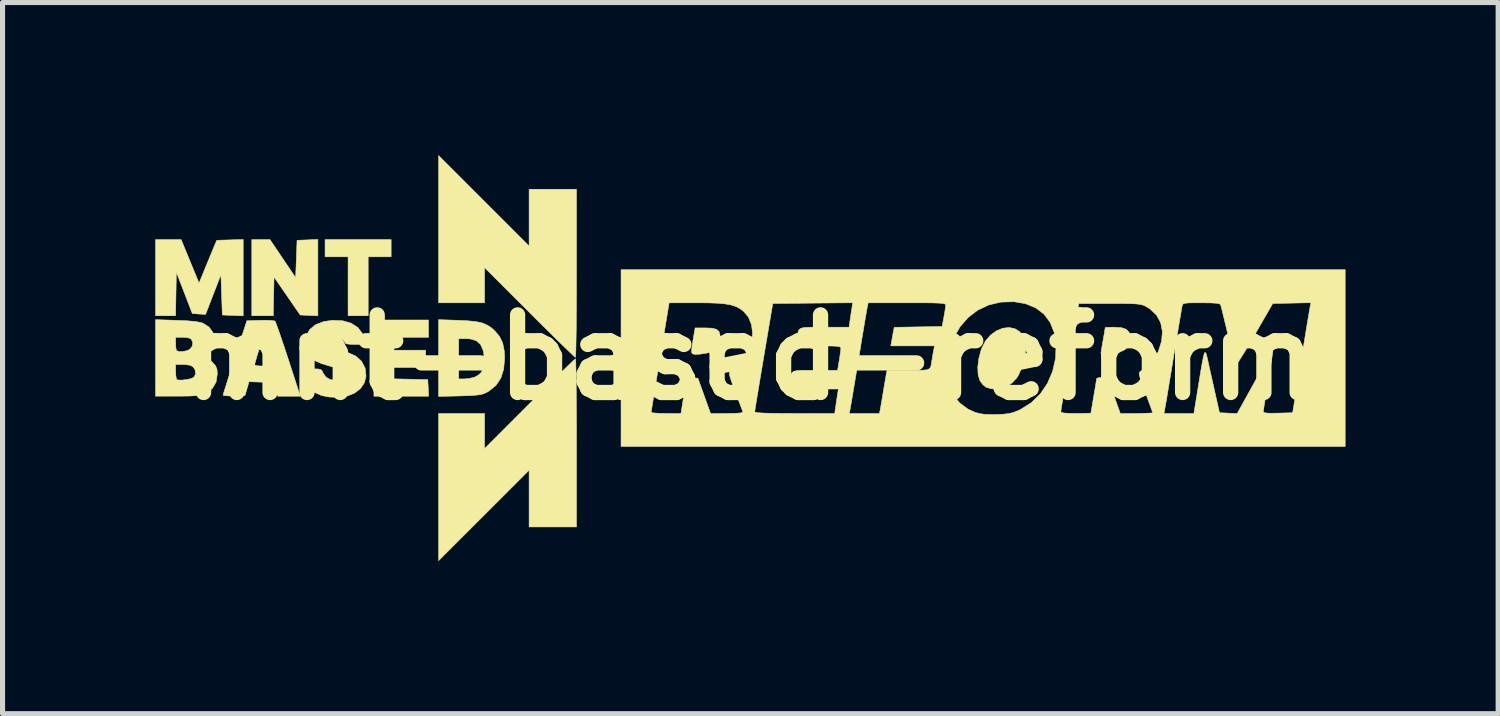
<source format=kicad_pcb>
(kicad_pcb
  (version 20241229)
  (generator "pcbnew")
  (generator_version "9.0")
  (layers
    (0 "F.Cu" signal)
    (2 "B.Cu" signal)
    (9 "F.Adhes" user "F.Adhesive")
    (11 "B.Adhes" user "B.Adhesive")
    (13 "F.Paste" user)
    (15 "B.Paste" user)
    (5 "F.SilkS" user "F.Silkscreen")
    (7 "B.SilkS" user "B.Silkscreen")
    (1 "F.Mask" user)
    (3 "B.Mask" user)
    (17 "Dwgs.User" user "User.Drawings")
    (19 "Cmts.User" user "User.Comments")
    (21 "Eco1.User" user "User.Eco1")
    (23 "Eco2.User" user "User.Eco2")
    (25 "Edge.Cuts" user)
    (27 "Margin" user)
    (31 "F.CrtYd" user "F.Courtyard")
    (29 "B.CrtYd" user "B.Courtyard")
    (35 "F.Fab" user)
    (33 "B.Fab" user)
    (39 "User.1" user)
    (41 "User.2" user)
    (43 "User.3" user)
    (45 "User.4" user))
  (footprint "mnt-based-reform"
    (layer "F.Cu")
    (at 11.689 3.97)
    (property "Reference" "mnt-based-reform" (at 0 0 0) (layer "F.SilkS") (effects (font (size 1.524 1.524) (thickness 0.3))))
    (attr through_hole)
    (fp_poly (pts (xy -7.056 -1.976) (xy -7.507 -1.976) (xy -7.507 -0.818) (xy -7.902 -0.818) (xy -7.902 -1.976) (xy -8.354 -1.976) (xy -8.354 -2.314) (xy -7.056 -2.314) (xy -7.056 -1.976)) (stroke (width 0.01) (type solid)) (fill yes) (layer "F.SilkS"))
    (fp_poly (pts (xy -6.322 -0.395) (xy -6.999 -0.395) (xy -6.999 -0.141) (xy -6.378 -0.141) (xy -6.378 0.198) (xy -6.999 0.198) (xy -6.999 0.422) (xy -6.668 0.429) (xy -6.336 0.437) (xy -6.319 0.762) (xy -7.394 0.762) (xy -7.394 -0.734) (xy -6.322 -0.734) (xy -6.322 -0.395)) (stroke (width 0.01) (type solid)) (fill yes) (layer "F.SilkS"))
    (fp_poly (pts (xy -8.495 -0.816) (xy -8.669 -0.824) (xy -8.842 -0.833) (xy -9.099 -1.205) (xy -9.356 -1.578) (xy -9.364 -1.198) (xy -9.371 -0.818) (xy -9.793 -0.818) (xy -9.793 -2.314) (xy -9.436 -2.314) (xy -9.184 -1.94) (xy -8.932 -1.566) (xy -8.918 -1.933) (xy -8.904 -2.3) (xy -8.7 -2.308) (xy -8.495 -2.317) (xy -8.495 -0.816)) (stroke (width 0.01) (type solid)) (fill yes) (layer "F.SilkS"))
    (fp_poly (pts (xy -0.752 -0.573) (xy -0.666 -0.552) (xy -0.617 -0.51) (xy -0.596 -0.439) (xy -0.593 -0.379) (xy -0.614 -0.251) (xy -0.679 -0.159) (xy -0.789 -0.1) (xy -0.862 -0.083) (xy -0.995 -0.063) (xy -1.082 -0.058) (xy -1.132 -0.068) (xy -1.153 -0.094) (xy -1.155 -0.12) (xy -1.15 -0.179) (xy -1.137 -0.274) (xy -1.119 -0.381) (xy -1.085 -0.579) (xy -0.885 -0.579) (xy -0.752 -0.573)) (stroke (width 0.01) (type solid)) (fill yes) (layer "F.SilkS"))
    (fp_poly (pts (xy 7.293 -0.583) (xy 7.388 -0.549) (xy 7.442 -0.488) (xy 7.461 -0.395) (xy 7.461 -0.367) (xy 7.434 -0.244) (xy 7.361 -0.154) (xy 7.243 -0.097) (xy 7.178 -0.082) (xy 7.043 -0.064) (xy 6.946 -0.059) (xy 6.894 -0.068) (xy 6.886 -0.078) (xy 6.891 -0.113) (xy 6.903 -0.19) (xy 6.921 -0.295) (xy 6.929 -0.339) (xy 6.948 -0.447) (xy 6.962 -0.532) (xy 6.97 -0.58) (xy 6.971 -0.586) (xy 6.997 -0.589) (xy 7.064 -0.592) (xy 7.151 -0.593) (xy 7.293 -0.583)) (stroke (width 0.01) (type solid)) (fill yes) (layer "F.SilkS"))
    (fp_poly (pts (xy -3.432 0.056) (xy -3.428 0.135) (xy -3.425 0.26) (xy -3.422 0.427) (xy -3.42 0.631) (xy -3.418 0.866) (xy -3.416 1.129) (xy -3.415 1.413) (xy -3.415 1.679) (xy -3.415 3.33) (xy -4.346 3.33) (xy -4.346 2.216) (xy -6.124 3.993) (xy -6.124 1.101) (xy -5.221 1.101) (xy -5.221 1.792) (xy -4.339 0.91) (xy -4.155 0.727) (xy -3.983 0.556) (xy -3.827 0.402) (xy -3.692 0.27) (xy -3.581 0.162) (xy -3.499 0.084) (xy -3.449 0.038) (xy -3.436 0.028) (xy -3.432 0.056)) (stroke (width 0.01) (type solid)) (fill yes) (layer "F.SilkS"))
    (fp_poly (pts (xy -9.962 -0.816) (xy -10.372 -0.833) (xy -10.4 -1.623) (xy -10.551 -1.233) (xy -10.702 -0.844) (xy -10.832 -0.852) (xy -10.962 -0.861) (xy -11.118 -1.268) (xy -11.275 -1.674) (xy -11.29 -0.818) (xy -11.684 -0.818) (xy -11.684 -2.314) (xy -11.181 -2.314) (xy -11.094 -2.103) (xy -11.037 -1.964) (xy -10.973 -1.808) (xy -10.918 -1.675) (xy -10.829 -1.46) (xy -10.72 -1.725) (xy -10.665 -1.859) (xy -10.61 -1.993) (xy -10.563 -2.106) (xy -10.547 -2.145) (xy -10.482 -2.3) (xy -10.222 -2.308) (xy -9.962 -2.316) (xy -9.962 -0.816)) (stroke (width 0.01) (type solid)) (fill yes) (layer "F.SilkS"))
    (fp_poly (pts (xy -5.235 -3.076) (xy -4.346 -2.188) (xy -4.346 -3.302) (xy -3.415 -3.302) (xy -3.415 -1.651) (xy -3.415 -1.352) (xy -3.416 -1.07) (xy -3.418 -0.81) (xy -3.42 -0.578) (xy -3.423 -0.378) (xy -3.426 -0.215) (xy -3.429 -0.095) (xy -3.433 -0.022) (xy -3.436 0) (xy -3.46 -0.019) (xy -3.519 -0.075) (xy -3.61 -0.162) (xy -3.729 -0.277) (xy -3.87 -0.416) (xy -4.031 -0.575) (xy -4.207 -0.75) (xy -4.339 -0.882) (xy -5.221 -1.764) (xy -5.221 -1.072) (xy -6.124 -1.072) (xy -6.124 -3.965) (xy -5.235 -3.076)) (stroke (width 0.01) (type solid)) (fill yes) (layer "F.SilkS"))
    (fp_poly (pts (xy 5.195 -0.564) (xy 5.293 -0.503) (xy 5.366 -0.402) (xy 5.393 -0.33) (xy 5.41 -0.179) (xy 5.392 -0.004) (xy 5.343 0.177) (xy 5.267 0.347) (xy 5.232 0.404) (xy 5.136 0.505) (xy 5.009 0.578) (xy 4.868 0.616) (xy 4.728 0.616) (xy 4.628 0.585) (xy 4.568 0.536) (xy 4.513 0.463) (xy 4.507 0.451) (xy 4.474 0.34) (xy 4.467 0.194) (xy 4.486 0.029) (xy 4.531 -0.14) (xy 4.543 -0.174) (xy 4.618 -0.322) (xy 4.718 -0.438) (xy 4.834 -0.522) (xy 4.957 -0.572) (xy 5.08 -0.587) (xy 5.195 -0.564)) (stroke (width 0.01) (type solid)) (fill yes) (layer "F.SilkS"))
    (fp_poly (pts (xy -5.736 -0.728) (xy -5.539 -0.718) (xy -5.386 -0.702) (xy -5.268 -0.676) (xy -5.173 -0.637) (xy -5.09 -0.583) (xy -5.027 -0.528) (xy -4.928 -0.413) (xy -4.865 -0.284) (xy -4.834 -0.128) (xy -4.827 0.014) (xy -4.845 0.23) (xy -4.901 0.407) (xy -4.996 0.549) (xy -5.134 0.661) (xy -5.179 0.687) (xy -5.231 0.711) (xy -5.29 0.728) (xy -5.366 0.74) (xy -5.471 0.749) (xy -5.616 0.754) (xy -5.708 0.757) (xy -6.124 0.767) (xy -6.124 -0.367) (xy -5.729 -0.367) (xy -5.729 0.423) (xy -5.615 0.423) (xy -5.513 0.413) (xy -5.414 0.387) (xy -5.406 0.383) (xy -5.333 0.341) (xy -5.282 0.291) (xy -5.279 0.286) (xy -5.244 0.179) (xy -5.229 0.047) (xy -5.237 -0.086) (xy -5.247 -0.133) (xy -5.299 -0.252) (xy -5.382 -0.327) (xy -5.502 -0.363) (xy -5.578 -0.367) (xy -5.729 -0.367) (xy -6.124 -0.367) (xy -6.124 -0.741) (xy -5.736 -0.728)) (stroke (width 0.01) (type solid)) (fill yes) (layer "F.SilkS"))
    (fp_poly (pts (xy -9.411 -0.725) (xy -9.35 -0.717) (xy -9.336 -0.712) (xy -9.321 -0.679) (xy -9.292 -0.6) (xy -9.25 -0.482) (xy -9.199 -0.332) (xy -9.14 -0.157) (xy -9.077 0.035) (xy -9.076 0.037) (xy -8.841 0.762) (xy -9.282 0.762) (xy -9.32 0.628) (xy -9.357 0.494) (xy -9.602 0.486) (xy -9.847 0.478) (xy -9.887 0.613) (xy -9.926 0.748) (xy -10.142 0.756) (xy -10.244 0.757) (xy -10.32 0.753) (xy -10.356 0.744) (xy -10.357 0.742) (xy -10.349 0.71) (xy -10.325 0.632) (xy -10.288 0.515) (xy -10.241 0.365) (xy -10.185 0.191) (xy -10.171 0.147) (xy -9.737 0.147) (xy -9.711 0.16) (xy -9.647 0.168) (xy -9.598 0.169) (xy -9.459 0.169) (xy -9.527 -0.049) (xy -9.559 -0.155) (xy -9.583 -0.24) (xy -9.596 -0.291) (xy -9.597 -0.296) (xy -9.605 -0.284) (xy -9.625 -0.232) (xy -9.651 -0.153) (xy -9.68 -0.063) (xy -9.706 0.026) (xy -9.727 0.1) (xy -9.736 0.143) (xy -9.737 0.147) (xy -10.171 0.147) (xy -10.123 0) (xy -9.89 -0.72) (xy -9.625 -0.728) (xy -9.507 -0.729) (xy -9.411 -0.725)) (stroke (width 0.01) (type solid)) (fill yes) (layer "F.SilkS"))
    (fp_poly (pts (xy -11.268 -0.728) (xy -11.062 -0.719) (xy -10.907 -0.705) (xy -10.8 -0.687) (xy -10.75 -0.671) (xy -10.634 -0.596) (xy -10.559 -0.495) (xy -10.527 -0.381) (xy -10.536 -0.265) (xy -10.587 -0.157) (xy -10.681 -0.069) (xy -10.736 -0.04) (xy -10.823 -0.002) (xy -10.743 -0.001) (xy -10.653 0.027) (xy -10.566 0.096) (xy -10.505 0.166) (xy -10.477 0.232) (xy -10.471 0.324) (xy -10.471 0.329) (xy -10.494 0.483) (xy -10.564 0.605) (xy -10.679 0.694) (xy -10.704 0.707) (xy -10.76 0.728) (xy -10.824 0.743) (xy -10.906 0.753) (xy -11.019 0.759) (xy -11.172 0.761) (xy -11.254 0.761) (xy -11.684 0.762) (xy -11.684 0.141) (xy -11.289 0.141) (xy -11.289 0.278) (xy -11.285 0.362) (xy -11.274 0.421) (xy -11.268 0.436) (xy -11.226 0.446) (xy -11.152 0.445) (xy -11.064 0.434) (xy -10.984 0.416) (xy -10.934 0.393) (xy -10.933 0.393) (xy -10.898 0.331) (xy -10.904 0.253) (xy -10.94 0.193) (xy -10.993 0.158) (xy -11.078 0.143) (xy -11.138 0.141) (xy -11.289 0.141) (xy -11.684 0.141) (xy -11.684 -0.395) (xy -11.289 -0.395) (xy -11.289 -0.273) (xy -11.285 -0.194) (xy -11.275 -0.14) (xy -11.27 -0.132) (xy -11.22 -0.114) (xy -11.143 -0.116) (xy -11.062 -0.133) (xy -11.013 -0.157) (xy -10.963 -0.219) (xy -10.953 -0.295) (xy -10.984 -0.361) (xy -11.031 -0.381) (xy -11.111 -0.394) (xy -11.153 -0.395) (xy -11.289 -0.395) (xy -11.684 -0.395) (xy -11.684 -0.741) (xy -11.268 -0.728)) (stroke (width 0.01) (type solid)) (fill yes) (layer "F.SilkS"))
    (fp_poly (pts (xy -8.01 -0.72) (xy -7.842 -0.672) (xy -7.709 -0.586) (xy -7.617 -0.464) (xy -7.602 -0.433) (xy -7.57 -0.346) (xy -7.566 -0.293) (xy -7.599 -0.265) (xy -7.675 -0.255) (xy -7.761 -0.254) (xy -7.858 -0.257) (xy -7.929 -0.266) (xy -7.959 -0.279) (xy -7.959 -0.28) (xy -7.984 -0.333) (xy -8.049 -0.375) (xy -8.135 -0.394) (xy -8.151 -0.395) (xy -8.254 -0.384) (xy -8.309 -0.351) (xy -8.322 -0.291) (xy -8.321 -0.279) (xy -8.301 -0.231) (xy -8.25 -0.198) (xy -8.184 -0.175) (xy -8.078 -0.145) (xy -7.957 -0.11) (xy -7.911 -0.097) (xy -7.754 -0.028) (xy -7.639 0.074) (xy -7.57 0.205) (xy -7.565 0.221) (xy -7.549 0.37) (xy -7.583 0.502) (xy -7.659 0.613) (xy -7.772 0.7) (xy -7.917 0.759) (xy -8.088 0.786) (xy -8.278 0.778) (xy -8.423 0.749) (xy -8.571 0.683) (xy -8.654 0.612) (xy -8.712 0.533) (xy -8.759 0.439) (xy -8.79 0.348) (xy -8.798 0.276) (xy -8.791 0.253) (xy -8.756 0.239) (xy -8.681 0.229) (xy -8.598 0.226) (xy -8.501 0.227) (xy -8.445 0.236) (xy -8.415 0.259) (xy -8.394 0.302) (xy -8.391 0.31) (xy -8.333 0.391) (xy -8.245 0.438) (xy -8.142 0.449) (xy -8.043 0.419) (xy -8.011 0.397) (xy -7.967 0.344) (xy -7.971 0.297) (xy -8.027 0.252) (xy -8.135 0.208) (xy -8.23 0.181) (xy -8.421 0.123) (xy -8.561 0.062) (xy -8.658 -0.007) (xy -8.717 -0.089) (xy -8.745 -0.191) (xy -8.749 -0.265) (xy -8.725 -0.422) (xy -8.655 -0.549) (xy -8.539 -0.643) (xy -8.38 -0.704) (xy -8.208 -0.728) (xy -8.01 -0.72)) (stroke (width 0.01) (type solid)) (fill yes) (layer "F.SilkS"))
    (fp_poly (pts (xy 11.684 1.75) (xy -2.54 1.75) (xy -2.54 1.079) (xy -1.948 1.079) (xy -1.921 1.088) (xy -1.85 1.095) (xy -1.746 1.1) (xy -1.655 1.101) (xy -1.363 1.101) (xy -1.315 0.797) (xy -1.289 0.639) (xy -1.27 0.529) (xy -1.252 0.458) (xy -1.233 0.417) (xy -1.209 0.4) (xy -1.175 0.397) (xy -1.134 0.401) (xy -1.03 0.409) (xy -0.906 0.755) (xy -0.782 1.101) (xy -0.459 1.101) (xy -0.313 1.099) (xy -0.218 1.094) (xy -0.165 1.085) (xy -0.148 1.071) (xy -0.148 1.065) (xy 0.086 1.065) (xy 0.098 1.076) (xy 0.137 1.085) (xy 0.209 1.091) (xy 0.319 1.096) (xy 0.471 1.099) (xy 0.671 1.1) (xy 0.871 1.101) (xy 1.657 1.101) (xy 1.943 1.101) (xy 2.536 1.101) (xy 2.551 1.023) (xy 2.563 0.961) (xy 2.58 0.861) (xy 2.6 0.739) (xy 2.611 0.677) (xy 2.631 0.551) (xy 2.651 0.438) (xy 2.665 0.356) (xy 2.67 0.332) (xy 2.673 0.315) (xy 3.871 0.315) (xy 3.906 0.541) (xy 3.986 0.735) (xy 4.111 0.895) (xy 4.277 1.017) (xy 4.414 1.079) (xy 4.506 1.105) (xy 4.608 1.119) (xy 4.738 1.123) (xy 4.84 1.121) (xy 4.98 1.115) (xy 5.082 1.103) (xy 5.167 1.082) (xy 5.21 1.065) (xy 6.098 1.065) (xy 6.113 1.082) (xy 6.166 1.093) (xy 6.263 1.099) (xy 6.392 1.101) (xy 6.514 1.1) (xy 6.612 1.098) (xy 6.673 1.096) (xy 6.689 1.094) (xy 6.693 1.065) (xy 6.706 0.991) (xy 6.724 0.885) (xy 6.745 0.762) (xy 6.767 0.633) (xy 6.785 0.524) (xy 6.797 0.448) (xy 6.801 0.416) (xy 6.826 0.403) (xy 6.888 0.395) (xy 6.908 0.395) (xy 7.014 0.395) (xy 7.14 0.748) (xy 7.267 1.101) (xy 7.584 1.101) (xy 8.124 1.101) (xy 8.712 1.101) (xy 8.803 0.543) (xy 8.839 0.32) (xy 8.868 0.148) (xy 8.892 0.024) (xy 8.91 -0.055) (xy 8.926 -0.094) (xy 8.94 -0.097) (xy 8.955 -0.067) (xy 8.97 -0.008) (xy 8.988 0.071) (xy 9.013 0.186) (xy 9.047 0.337) (xy 9.085 0.506) (xy 9.122 0.673) (xy 9.126 0.691) (xy 9.215 1.087) (xy 9.388 1.095) (xy 9.562 1.103) (xy 9.907 0.48) (xy 10.001 0.311) (xy 10.086 0.16) (xy 10.159 0.034) (xy 10.215 -0.061) (xy 10.25 -0.119) (xy 10.262 -0.134) (xy 10.26 -0.104) (xy 10.25 -0.028) (xy 10.233 0.088) (xy 10.21 0.234) (xy 10.182 0.402) (xy 10.174 0.453) (xy 10.144 0.628) (xy 10.118 0.786) (xy 10.097 0.916) (xy 10.083 1.011) (xy 10.076 1.062) (xy 10.076 1.066) (xy 10.089 1.083) (xy 10.136 1.093) (xy 10.223 1.097) (xy 10.358 1.095) (xy 10.363 1.095) (xy 10.652 1.087) (xy 10.813 0.101) (xy 10.851 -0.132) (xy 10.887 -0.351) (xy 10.919 -0.548) (xy 10.947 -0.717) (xy 10.97 -0.85) (xy 10.985 -0.941) (xy 10.992 -0.979) (xy 11.01 -1.074) (xy 10.635 -1.066) (xy 10.261 -1.058) (xy 9.908 -0.445) (xy 9.811 -0.279) (xy 9.723 -0.131) (xy 9.647 -0.009) (xy 9.588 0.083) (xy 9.55 0.136) (xy 9.536 0.148) (xy 9.524 0.115) (xy 9.502 0.036) (xy 9.471 -0.081) (xy 9.434 -0.227) (xy 9.394 -0.395) (xy 9.383 -0.437) (xy 9.342 -0.61) (xy 9.305 -0.764) (xy 9.274 -0.892) (xy 9.25 -0.985) (xy 9.237 -1.033) (xy 9.236 -1.037) (xy 9.212 -1.053) (xy 9.15 -1.064) (xy 9.044 -1.07) (xy 8.889 -1.072) (xy 8.859 -1.072) (xy 8.71 -1.072) (xy 8.608 -1.07) (xy 8.544 -1.064) (xy 8.508 -1.053) (xy 8.49 -1.036) (xy 8.482 -1.01) (xy 8.481 -1.009) (xy 8.473 -0.967) (xy 8.458 -0.876) (xy 8.435 -0.743) (xy 8.407 -0.575) (xy 8.374 -0.38) (xy 8.338 -0.164) (xy 8.311 0) (xy 8.274 0.227) (xy 8.238 0.44) (xy 8.207 0.63) (xy 8.18 0.791) (xy 8.159 0.915) (xy 8.144 0.996) (xy 8.139 1.023) (xy 8.124 1.101) (xy 7.584 1.101) (xy 7.711 1.1) (xy 7.813 1.096) (xy 7.881 1.092) (xy 7.902 1.087) (xy 7.893 1.057) (xy 7.867 0.984) (xy 7.828 0.878) (xy 7.78 0.748) (xy 7.758 0.688) (xy 7.702 0.537) (xy 7.664 0.431) (xy 7.644 0.36) (xy 7.637 0.316) (xy 7.644 0.291) (xy 7.661 0.276) (xy 7.664 0.274) (xy 7.771 0.195) (xy 7.879 0.085) (xy 7.97 -0.035) (xy 8.013 -0.115) (xy 8.078 -0.32) (xy 8.093 -0.511) (xy 8.059 -0.683) (xy 7.977 -0.832) (xy 7.848 -0.953) (xy 7.779 -0.996) (xy 7.737 -1.017) (xy 7.694 -1.032) (xy 7.641 -1.043) (xy 7.57 -1.051) (xy 7.473 -1.055) (xy 7.34 -1.057) (xy 7.163 -1.058) (xy 7.057 -1.058) (xy 6.451 -1.058) (xy 6.275 -0.014) (xy 6.236 0.223) (xy 6.199 0.442) (xy 6.166 0.639) (xy 6.139 0.805) (xy 6.118 0.936) (xy 6.104 1.025) (xy 6.098 1.064) (xy 6.098 1.065) (xy 5.21 1.065) (xy 5.254 1.048) (xy 5.308 1.023) (xy 5.517 0.891) (xy 5.695 0.718) (xy 5.836 0.51) (xy 5.937 0.275) (xy 5.995 0.019) (xy 6.005 -0.25) (xy 6.004 -0.254) (xy 5.968 -0.489) (xy 5.888 -0.689) (xy 5.766 -0.851) (xy 5.605 -0.973) (xy 5.405 -1.055) (xy 5.18 -1.093) (xy 4.922 -1.086) (xy 4.683 -1.03) (xy 4.467 -0.928) (xy 4.278 -0.784) (xy 4.12 -0.603) (xy 3.997 -0.389) (xy 3.913 -0.146) (xy 3.872 0.121) (xy 3.871 0.315) (xy 2.673 0.315) (xy 2.686 0.254) (xy 3.105 0.254) (xy 3.269 0.254) (xy 3.386 0.252) (xy 3.464 0.244) (xy 3.512 0.226) (xy 3.539 0.194) (xy 3.553 0.143) (xy 3.564 0.071) (xy 3.569 0.042) (xy 3.584 -0.053) (xy 3.6 -0.139) (xy 3.602 -0.148) (xy 3.617 -0.226) (xy 2.759 -0.226) (xy 2.778 -0.332) (xy 2.794 -0.425) (xy 2.81 -0.51) (xy 2.811 -0.514) (xy 2.826 -0.591) (xy 3.297 -0.599) (xy 3.767 -0.607) (xy 3.801 -0.79) (xy 3.819 -0.893) (xy 3.832 -0.978) (xy 3.837 -1.023) (xy 3.834 -1.038) (xy 3.82 -1.049) (xy 3.789 -1.058) (xy 3.734 -1.064) (xy 3.65 -1.068) (xy 3.53 -1.071) (xy 3.368 -1.072) (xy 3.157 -1.072) (xy 3.077 -1.072) (xy 2.315 -1.072) (xy 2.301 -1.009) (xy 2.293 -0.967) (xy 2.277 -0.876) (xy 2.254 -0.743) (xy 2.226 -0.575) (xy 2.193 -0.38) (xy 2.158 -0.164) (xy 2.13 0) (xy 2.093 0.227) (xy 2.058 0.44) (xy 2.026 0.63) (xy 1.999 0.791) (xy 1.978 0.915) (xy 1.964 0.996) (xy 1.959 1.023) (xy 1.943 1.101) (xy 1.657 1.101) (xy 1.674 0.981) (xy 1.69 0.869) (xy 1.708 0.753) (xy 1.71 0.741) (xy 1.729 0.621) (xy 0.756 0.621) (xy 0.775 0.487) (xy 0.786 0.4) (xy 0.798 0.339) (xy 0.819 0.297) (xy 0.857 0.272) (xy 0.921 0.259) (xy 1.02 0.254) (xy 1.162 0.254) (xy 1.268 0.254) (xy 1.713 0.254) (xy 1.746 0.058) (xy 1.762 -0.046) (xy 1.774 -0.133) (xy 1.778 -0.182) (xy 1.778 -0.182) (xy 1.771 -0.199) (xy 1.746 -0.211) (xy 1.695 -0.219) (xy 1.609 -0.223) (xy 1.481 -0.225) (xy 1.337 -0.226) (xy 0.897 -0.226) (xy 0.916 -0.36) (xy 0.927 -0.443) (xy 0.938 -0.504) (xy 0.957 -0.545) (xy 0.993 -0.572) (xy 1.053 -0.586) (xy 1.146 -0.592) (xy 1.279 -0.593) (xy 1.452 -0.593) (xy 1.94 -0.593) (xy 1.956 -0.713) (xy 1.972 -0.825) (xy 1.99 -0.94) (xy 1.992 -0.953) (xy 2.011 -1.073) (xy 1.225 -1.066) (xy 0.44 -1.058) (xy 0.264 -0.014) (xy 0.224 0.223) (xy 0.187 0.442) (xy 0.155 0.639) (xy 0.127 0.805) (xy 0.106 0.936) (xy 0.092 1.025) (xy 0.086 1.064) (xy 0.086 1.065) (xy -0.148 1.065) (xy -0.232 0.845) (xy -0.298 0.672) (xy -0.347 0.539) (xy -0.381 0.442) (xy -0.402 0.374) (xy -0.412 0.329) (xy -0.413 0.302) (xy -0.405 0.286) (xy -0.392 0.276) (xy -0.383 0.271) (xy -0.328 0.233) (xy -0.257 0.177) (xy -0.234 0.158) (xy -0.113 0.025) (xy -0.026 -0.132) (xy 0.027 -0.303) (xy 0.043 -0.476) (xy 0.023 -0.641) (xy -0.036 -0.788) (xy -0.127 -0.899) (xy -0.199 -0.954) (xy -0.278 -0.997) (xy -0.374 -1.029) (xy -0.494 -1.05) (xy -0.646 -1.064) (xy -0.838 -1.071) (xy -1.057 -1.072) (xy -1.595 -1.072) (xy -1.772 -0.007) (xy -1.811 0.231) (xy -1.848 0.452) (xy -1.88 0.65) (xy -1.907 0.817) (xy -1.928 0.948) (xy -1.942 1.037) (xy -1.948 1.078) (xy -1.948 1.079) (xy -2.54 1.079) (xy -2.54 -1.722) (xy 11.684 -1.722) (xy 11.684 1.75)) (stroke (width 0.01) (type solid)) (fill yes) (layer "F.SilkS")))
  (gr_rect
    (start -3 -3)
    (end 26.378 10.968)
    (stroke (width 0.1) (type default))
    (fill no)
    (layer "Edge.Cuts")))
</source>
